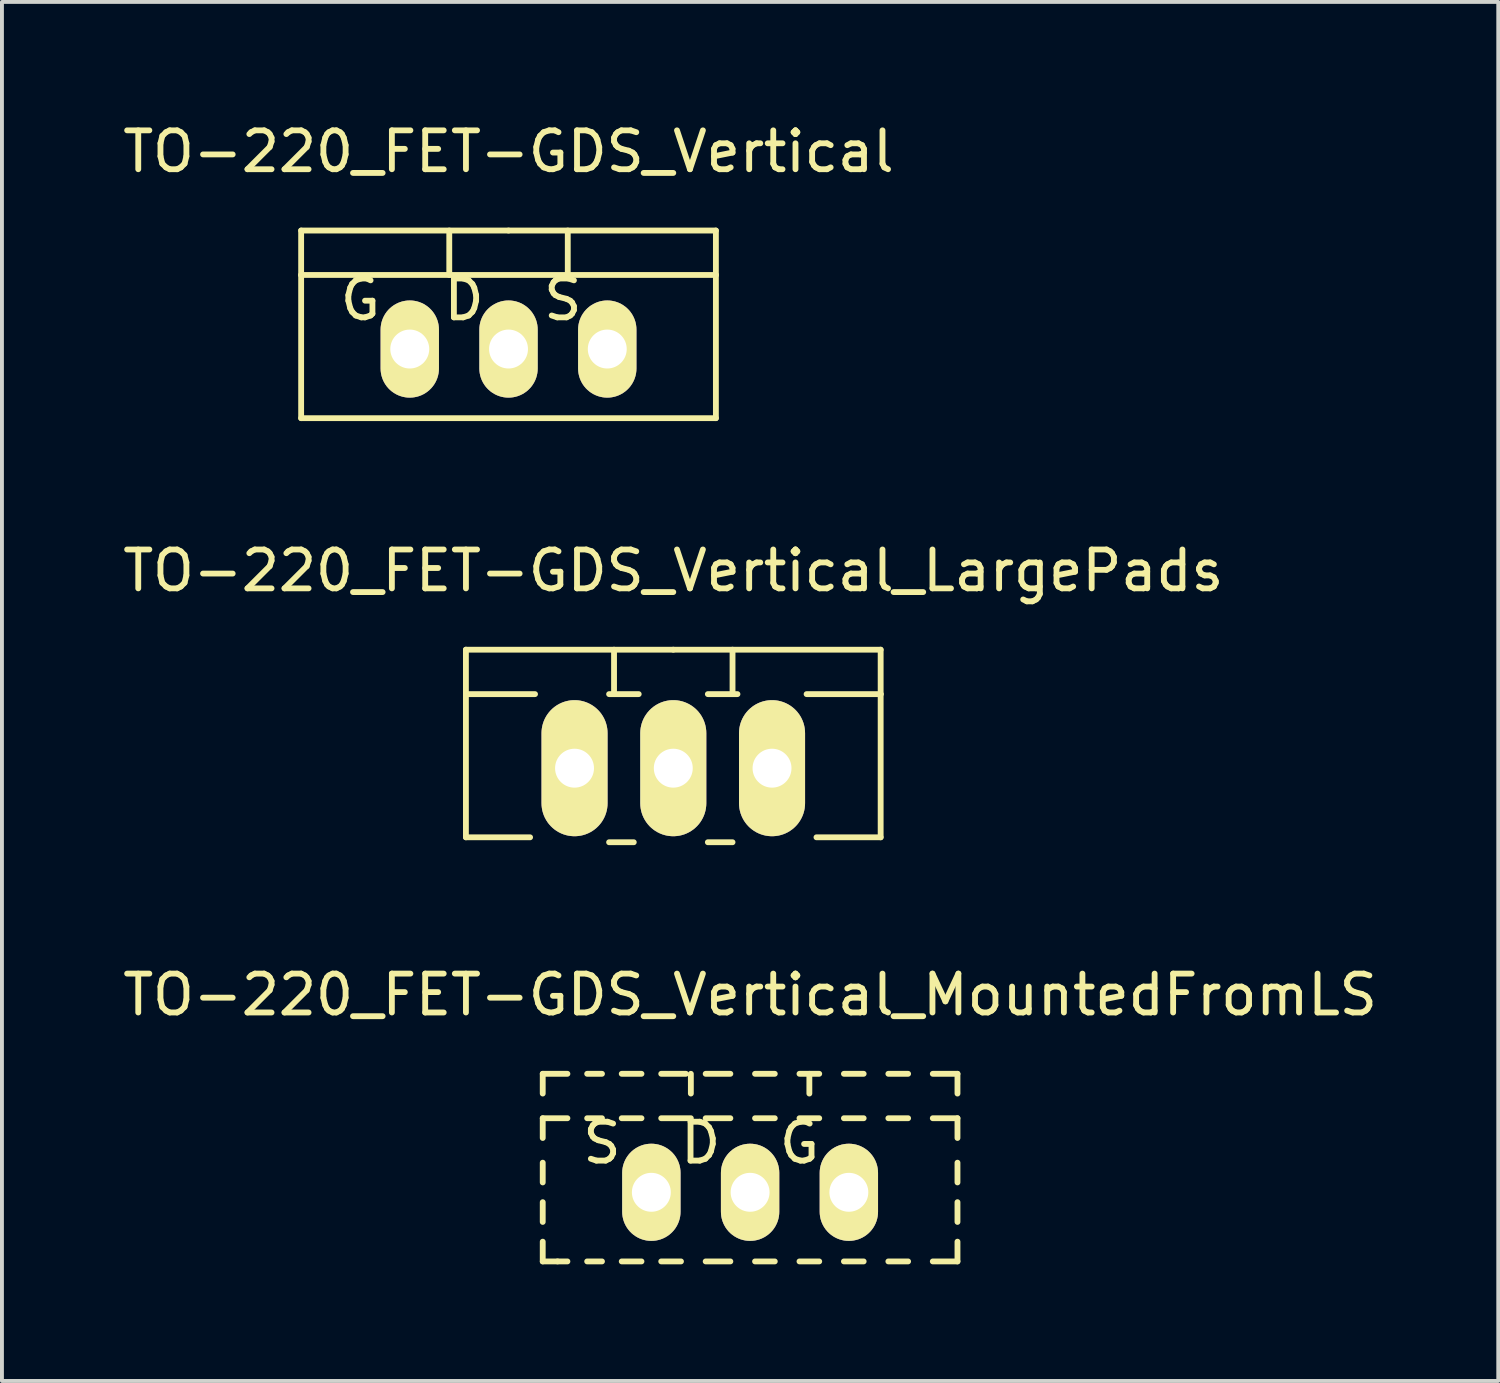
<source format=kicad_pcb>
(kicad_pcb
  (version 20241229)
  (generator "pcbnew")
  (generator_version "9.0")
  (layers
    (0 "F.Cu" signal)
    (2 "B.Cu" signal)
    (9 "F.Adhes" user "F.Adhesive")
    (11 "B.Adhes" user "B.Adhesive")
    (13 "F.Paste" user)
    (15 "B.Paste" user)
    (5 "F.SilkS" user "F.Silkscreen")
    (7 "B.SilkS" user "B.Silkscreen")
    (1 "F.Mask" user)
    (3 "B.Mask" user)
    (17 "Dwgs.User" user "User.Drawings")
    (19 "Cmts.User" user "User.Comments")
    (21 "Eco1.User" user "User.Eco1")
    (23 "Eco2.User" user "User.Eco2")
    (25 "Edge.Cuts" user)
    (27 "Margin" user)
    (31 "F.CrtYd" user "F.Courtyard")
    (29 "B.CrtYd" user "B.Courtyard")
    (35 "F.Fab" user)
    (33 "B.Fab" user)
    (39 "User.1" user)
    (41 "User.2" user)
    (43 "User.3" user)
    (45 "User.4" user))
  (footprint "TO-220_FET-GDS_Vertical_MountedFromLS"
    (layer "F.Cu")
    (at 16.244 27.618)
    (property "Reference" "TO-220_FET-GDS_Vertical_MountedFromLS" (at 0 -5.08 0) (layer "F.SilkS") (effects (font (size 1 1) (thickness 0.15))))
    (attr through_hole)
    (fp_line (start -5.334 -3.048) (end -4.699 -3.048) (stroke (width 0.15) (type solid)) (layer "F.SilkS"))
    (fp_line (start -5.334 -2.54) (end -5.334 -3.048) (stroke (width 0.15) (type solid)) (layer "F.SilkS"))
    (fp_line (start -5.334 -1.397) (end -5.334 -1.905) (stroke (width 0.15) (type solid)) (layer "F.SilkS"))
    (fp_line (start -5.334 -0.254) (end -5.334 -0.762) (stroke (width 0.15) (type solid)) (layer "F.SilkS"))
    (fp_line (start -5.334 0.762) (end -5.334 0.254) (stroke (width 0.15) (type solid)) (layer "F.SilkS"))
    (fp_line (start -5.334 1.778) (end -5.334 1.27) (stroke (width 0.15) (type solid)) (layer "F.SilkS"))
    (fp_line (start -5.334 1.778) (end -4.953 1.778) (stroke (width 0.15) (type solid)) (layer "F.SilkS"))
    (fp_line (start -4.953 1.778) (end -4.699 1.778) (stroke (width 0.15) (type solid)) (layer "F.SilkS"))
    (fp_line (start -4.699 -1.905) (end -5.334 -1.905) (stroke (width 0.15) (type solid)) (layer "F.SilkS"))
    (fp_line (start -4.191 -3.048) (end -3.81 -3.048) (stroke (width 0.15) (type solid)) (layer "F.SilkS"))
    (fp_line (start -4.191 1.778) (end -3.81 1.778) (stroke (width 0.15) (type solid)) (layer "F.SilkS"))
    (fp_line (start -3.81 -1.905) (end -4.191 -1.905) (stroke (width 0.15) (type solid)) (layer "F.SilkS"))
    (fp_line (start -3.302 -3.048) (end -2.794 -3.048) (stroke (width 0.15) (type solid)) (layer "F.SilkS"))
    (fp_line (start -3.302 1.778) (end -2.794 1.778) (stroke (width 0.15) (type solid)) (layer "F.SilkS"))
    (fp_line (start -2.794 -1.905) (end -3.302 -1.905) (stroke (width 0.15) (type solid)) (layer "F.SilkS"))
    (fp_line (start -2.286 -3.048) (end -1.651 -3.048) (stroke (width 0.15) (type solid)) (layer "F.SilkS"))
    (fp_line (start -2.286 1.778) (end -1.778 1.778) (stroke (width 0.15) (type solid)) (layer "F.SilkS"))
    (fp_line (start -1.524 -3.048) (end -1.524 -2.54) (stroke (width 0.15) (type solid)) (layer "F.SilkS"))
    (fp_line (start -1.524 -1.905) (end -2.286 -1.905) (stroke (width 0.15) (type solid)) (layer "F.SilkS"))
    (fp_line (start -1.143 -3.048) (end -0.508 -3.048) (stroke (width 0.15) (type solid)) (layer "F.SilkS"))
    (fp_line (start -1.143 -1.905) (end -0.508 -1.905) (stroke (width 0.15) (type solid)) (layer "F.SilkS"))
    (fp_line (start -1.143 1.778) (end -0.508 1.778) (stroke (width 0.15) (type solid)) (layer "F.SilkS"))
    (fp_line (start 0.127 -3.048) (end 0.635 -3.048) (stroke (width 0.15) (type solid)) (layer "F.SilkS"))
    (fp_line (start 0.127 -1.905) (end 0.635 -1.905) (stroke (width 0.15) (type solid)) (layer "F.SilkS"))
    (fp_line (start 0.127 1.778) (end 0.635 1.778) (stroke (width 0.15) (type solid)) (layer "F.SilkS"))
    (fp_line (start 1.27 -3.048) (end 1.778 -3.048) (stroke (width 0.15) (type solid)) (layer "F.SilkS"))
    (fp_line (start 1.27 -1.905) (end 1.778 -1.905) (stroke (width 0.15) (type solid)) (layer "F.SilkS"))
    (fp_line (start 1.27 1.778) (end 1.778 1.778) (stroke (width 0.15) (type solid)) (layer "F.SilkS"))
    (fp_line (start 1.524 -3.048) (end 1.524 -2.54) (stroke (width 0.15) (type solid)) (layer "F.SilkS"))
    (fp_line (start 2.413 -3.048) (end 2.921 -3.048) (stroke (width 0.15) (type solid)) (layer "F.SilkS"))
    (fp_line (start 2.413 -1.905) (end 2.921 -1.905) (stroke (width 0.15) (type solid)) (layer "F.SilkS"))
    (fp_line (start 2.413 1.778) (end 2.921 1.778) (stroke (width 0.15) (type solid)) (layer "F.SilkS"))
    (fp_line (start 3.556 -3.048) (end 4.064 -3.048) (stroke (width 0.15) (type solid)) (layer "F.SilkS"))
    (fp_line (start 3.556 -1.905) (end 4.064 -1.905) (stroke (width 0.15) (type solid)) (layer "F.SilkS"))
    (fp_line (start 3.556 1.778) (end 4.064 1.778) (stroke (width 0.15) (type solid)) (layer "F.SilkS"))
    (fp_line (start 4.699 -3.048) (end 5.334 -3.048) (stroke (width 0.15) (type solid)) (layer "F.SilkS"))
    (fp_line (start 4.699 -1.905) (end 5.334 -1.905) (stroke (width 0.15) (type solid)) (layer "F.SilkS"))
    (fp_line (start 4.699 1.778) (end 5.334 1.778) (stroke (width 0.15) (type solid)) (layer "F.SilkS"))
    (fp_line (start 5.334 -3.048) (end 5.334 -2.54) (stroke (width 0.15) (type solid)) (layer "F.SilkS"))
    (fp_line (start 5.334 -1.905) (end 5.334 -1.397) (stroke (width 0.15) (type solid)) (layer "F.SilkS"))
    (fp_line (start 5.334 -0.762) (end 5.334 -0.254) (stroke (width 0.15) (type solid)) (layer "F.SilkS"))
    (fp_line (start 5.334 0.254) (end 5.334 0.762) (stroke (width 0.15) (type solid)) (layer "F.SilkS"))
    (fp_line (start 5.334 1.27) (end 5.334 1.778) (stroke (width 0.15) (type solid)) (layer "F.SilkS"))
    (fp_text user "D" (at -1.27 -1.27 0) (layer "F.SilkS") (effects (font (size 1 1) (thickness 0.15))))
    (fp_text user "S" (at -3.81 -1.27 0) (layer "F.SilkS") (effects (font (size 1 1) (thickness 0.15))))
    (fp_text user "G" (at 1.27 -1.27 0) (layer "F.SilkS") (effects (font (size 1 1) (thickness 0.15))))
    (pad "D" thru_hole oval (at 0 0 90) (size 2.499 1.501) (drill 1.001) (layers "*.Cu" "*.Mask" "F.SilkS"))
    (pad "G" thru_hole oval (at 2.54 0 90) (size 2.499 1.501) (drill 1.001) (layers "*.Cu" "*.Mask" "F.SilkS"))
    (pad "S" thru_hole oval (at -2.54 0 90) (size 2.499 1.501) (drill 1.001) (layers "*.Cu" "*.Mask" "F.SilkS")))
  (footprint "TO-220_FET-GDS_Vertical"
    (layer "F.Cu")
    (at 10.03 5.928)
    (property "Reference" "TO-220_FET-GDS_Vertical" (at 0 -5.08 0) (layer "F.SilkS") (effects (font (size 1 1) (thickness 0.15))))
    (attr through_hole)
    (fp_line (start -5.334 -1.905) (end -5.334 -3.048) (stroke (width 0.15) (type solid)) (layer "F.SilkS"))
    (fp_line (start -5.334 1.778) (end -5.334 -1.905) (stroke (width 0.15) (type solid)) (layer "F.SilkS"))
    (fp_line (start -1.524 -3.048) (end -1.524 -1.905) (stroke (width 0.15) (type solid)) (layer "F.SilkS"))
    (fp_line (start 0 -3.048) (end -5.334 -3.048) (stroke (width 0.15) (type solid)) (layer "F.SilkS"))
    (fp_line (start 0 -3.048) (end 5.334 -3.048) (stroke (width 0.15) (type solid)) (layer "F.SilkS"))
    (fp_line (start 1.524 -3.048) (end 1.524 -1.905) (stroke (width 0.15) (type solid)) (layer "F.SilkS"))
    (fp_line (start 5.334 -3.048) (end 5.334 -1.905) (stroke (width 0.15) (type solid)) (layer "F.SilkS"))
    (fp_line (start 5.334 -1.905) (end -5.334 -1.905) (stroke (width 0.15) (type solid)) (layer "F.SilkS"))
    (fp_line (start 5.334 -1.905) (end 5.334 1.778) (stroke (width 0.15) (type solid)) (layer "F.SilkS"))
    (fp_line (start 5.334 1.778) (end -5.334 1.778) (stroke (width 0.15) (type solid)) (layer "F.SilkS"))
    (fp_text user "D" (at -1.143 -1.27 0) (layer "F.SilkS") (effects (font (size 1 1) (thickness 0.15))))
    (fp_text user "S" (at 1.397 -1.27 0) (layer "F.SilkS") (effects (font (size 1 1) (thickness 0.15))))
    (fp_text user "G" (at -3.81 -1.27 0) (layer "F.SilkS") (effects (font (size 1 1) (thickness 0.15))))
    (pad "D" thru_hole oval (at 0 0 90) (size 2.499 1.501) (drill 1.001) (layers "*.Cu" "*.Mask" "F.SilkS"))
    (pad "G" thru_hole oval (at -2.54 0 90) (size 2.499 1.501) (drill 1.001) (layers "*.Cu" "*.Mask" "F.SilkS"))
    (pad "S" thru_hole oval (at 2.54 0 90) (size 2.499 1.501) (drill 1.001) (layers "*.Cu" "*.Mask" "F.SilkS")))
  (footprint "TO-220_FET-GDS_Vertical_LargePads"
    (layer "F.Cu")
    (at 14.268 16.709)
    (property "Reference" "TO-220_FET-GDS_Vertical_LargePads" (at 0 -5.08 0) (layer "F.SilkS") (effects (font (size 1 1) (thickness 0.15))))
    (attr through_hole)
    (fp_line (start -5.334 -1.905) (end -5.334 -3.048) (stroke (width 0.15) (type solid)) (layer "F.SilkS"))
    (fp_line (start -5.334 -1.905) (end -3.556 -1.905) (stroke (width 0.15) (type solid)) (layer "F.SilkS"))
    (fp_line (start -5.334 1.778) (end -5.334 -1.905) (stroke (width 0.15) (type solid)) (layer "F.SilkS"))
    (fp_line (start -5.334 1.778) (end -3.683 1.778) (stroke (width 0.15) (type solid)) (layer "F.SilkS"))
    (fp_line (start -1.524 -3.048) (end -1.524 -1.905) (stroke (width 0.15) (type solid)) (layer "F.SilkS"))
    (fp_line (start -1.524 -1.905) (end -1.651 -1.905) (stroke (width 0.15) (type solid)) (layer "F.SilkS"))
    (fp_line (start -1.524 -1.905) (end -0.889 -1.905) (stroke (width 0.15) (type solid)) (layer "F.SilkS"))
    (fp_line (start -1.016 1.905) (end -1.651 1.905) (stroke (width 0.15) (type solid)) (layer "F.SilkS"))
    (fp_line (start 0 -3.048) (end -5.334 -3.048) (stroke (width 0.15) (type solid)) (layer "F.SilkS"))
    (fp_line (start 0 -3.048) (end 5.334 -3.048) (stroke (width 0.15) (type solid)) (layer "F.SilkS"))
    (fp_line (start 0.889 -1.905) (end 1.651 -1.905) (stroke (width 0.15) (type solid)) (layer "F.SilkS"))
    (fp_line (start 1.524 -3.048) (end 1.524 -1.905) (stroke (width 0.15) (type solid)) (layer "F.SilkS"))
    (fp_line (start 1.524 1.905) (end 0.889 1.905) (stroke (width 0.15) (type solid)) (layer "F.SilkS"))
    (fp_line (start 5.334 -3.048) (end 5.334 -1.905) (stroke (width 0.15) (type solid)) (layer "F.SilkS"))
    (fp_line (start 5.334 -1.905) (end 3.429 -1.905) (stroke (width 0.15) (type solid)) (layer "F.SilkS"))
    (fp_line (start 5.334 -1.905) (end 5.334 1.778) (stroke (width 0.15) (type solid)) (layer "F.SilkS"))
    (fp_line (start 5.334 1.778) (end 3.683 1.778) (stroke (width 0.15) (type solid)) (layer "F.SilkS"))
    (pad "D" thru_hole oval (at 0 0 90) (size 3.5 1.699) (drill 1.001) (layers "*.Cu" "*.Mask" "F.SilkS"))
    (pad "G" thru_hole oval (at -2.54 0 90) (size 3.5 1.699) (drill 1.001) (layers "*.Cu" "*.Mask" "F.SilkS"))
    (pad "S" thru_hole oval (at 2.54 0 90) (size 3.5 1.699) (drill 1.001) (layers "*.Cu" "*.Mask" "F.SilkS")))
  (gr_rect
    (start -3 -3)
    (end 35.488 32.471)
    (stroke (width 0.1) (type default))
    (fill no)
    (layer "Edge.Cuts")))
</source>
